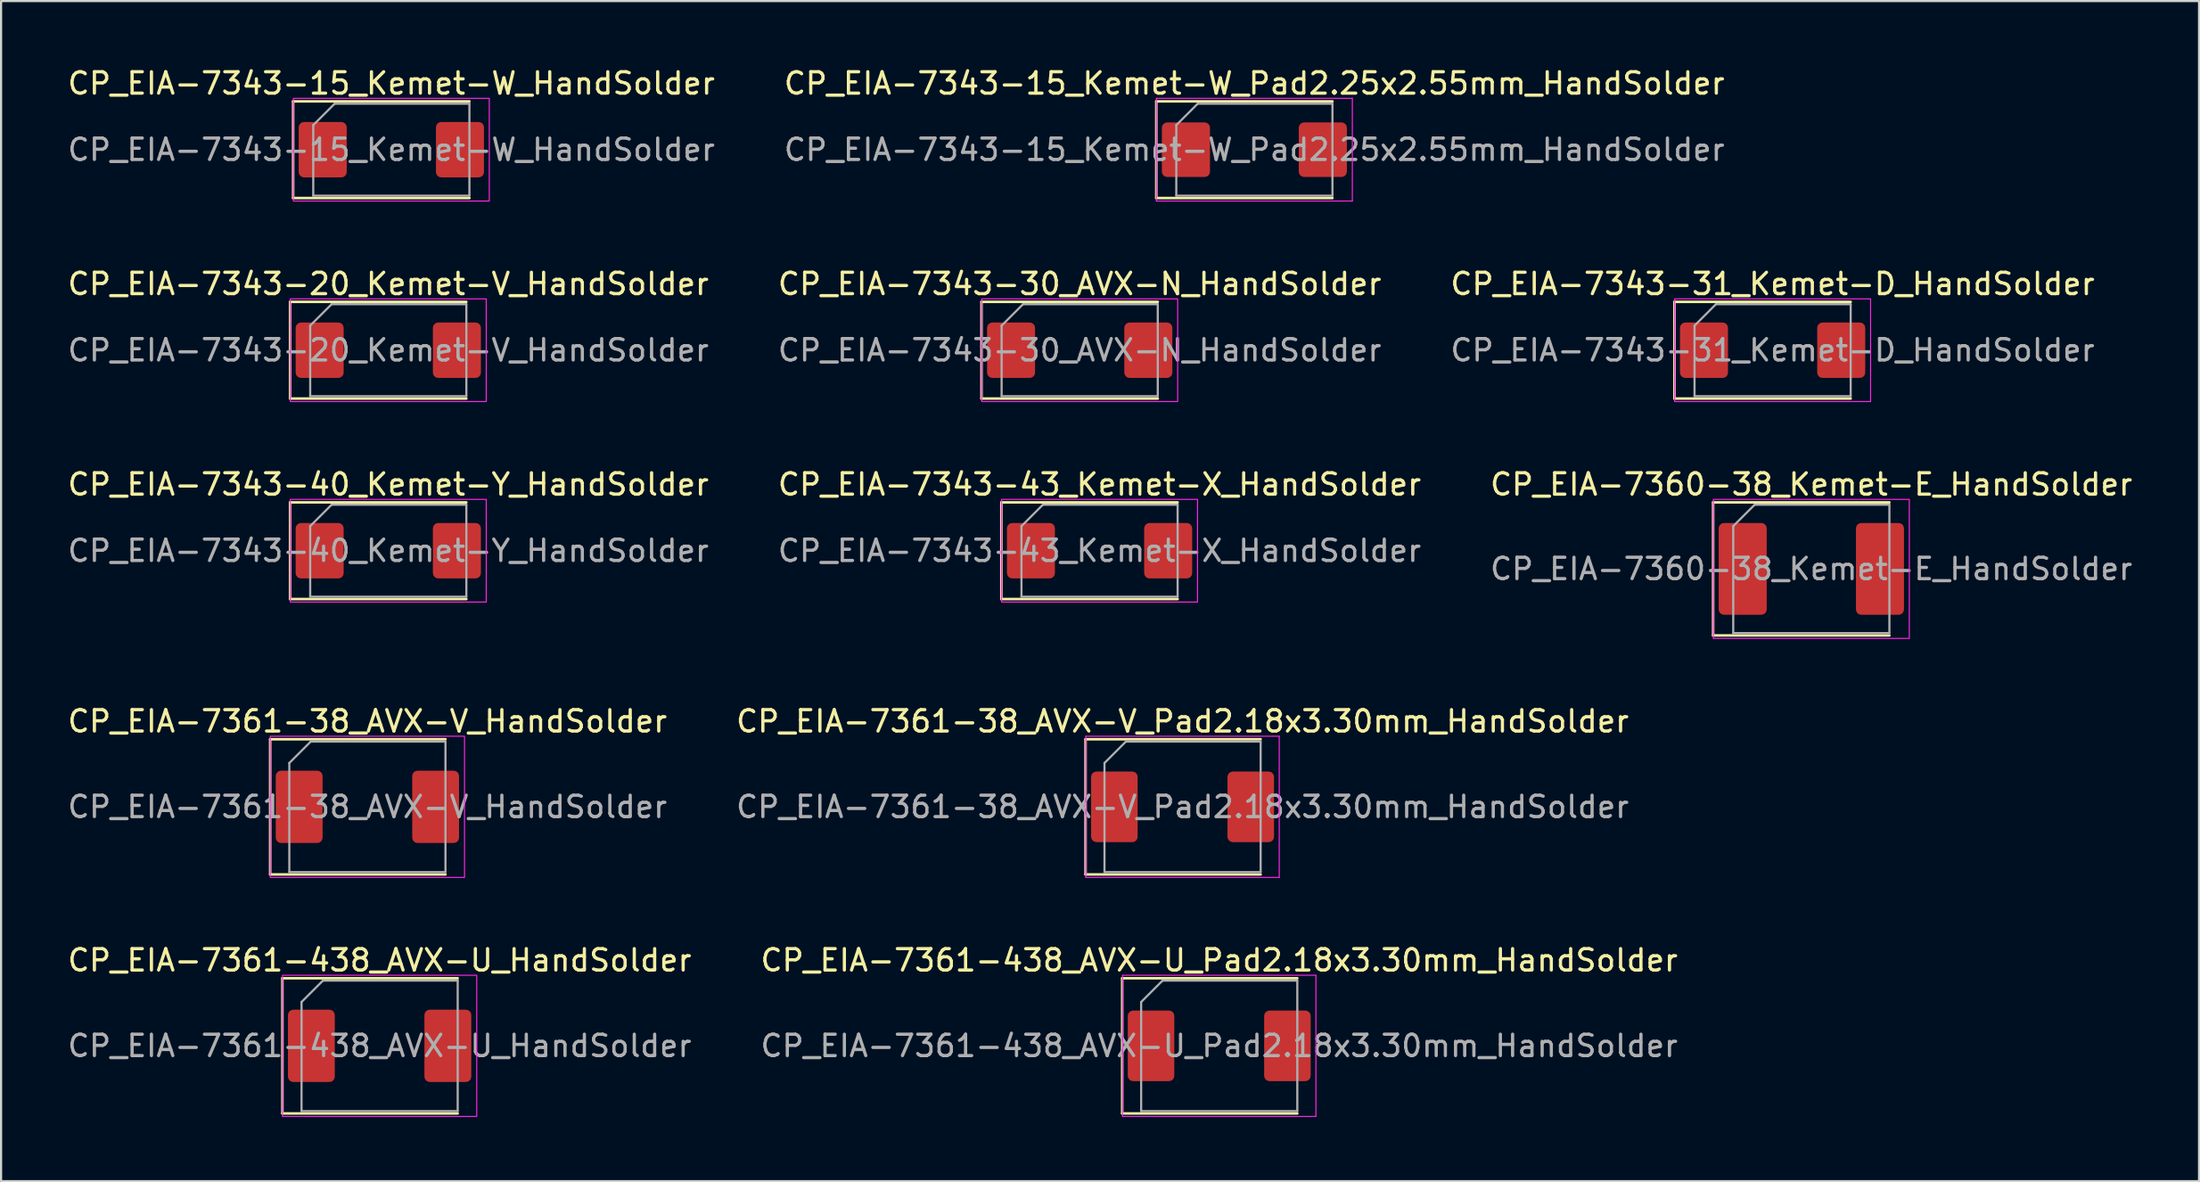
<source format=kicad_pcb>
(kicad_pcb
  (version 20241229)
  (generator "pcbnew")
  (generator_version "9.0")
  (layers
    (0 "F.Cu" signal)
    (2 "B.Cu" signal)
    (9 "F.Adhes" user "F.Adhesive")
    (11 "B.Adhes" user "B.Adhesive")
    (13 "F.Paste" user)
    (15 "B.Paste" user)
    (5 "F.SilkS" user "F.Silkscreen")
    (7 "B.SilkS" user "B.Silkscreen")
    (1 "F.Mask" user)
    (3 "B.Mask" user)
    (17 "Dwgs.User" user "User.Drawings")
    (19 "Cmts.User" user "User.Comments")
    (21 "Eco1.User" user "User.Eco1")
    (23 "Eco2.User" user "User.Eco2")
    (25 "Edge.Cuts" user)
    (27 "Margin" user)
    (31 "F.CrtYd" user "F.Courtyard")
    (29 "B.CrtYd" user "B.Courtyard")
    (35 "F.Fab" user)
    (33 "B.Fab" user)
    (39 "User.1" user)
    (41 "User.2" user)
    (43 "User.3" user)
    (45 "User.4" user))
  (footprint "CP_EIA-7343-30_AVX-N_HandSolder"
    (layer "F.Cu")
    (at 47.423 13.322)
    (property "Reference" "CP_EIA-7343-30_AVX-N_HandSolder" (at 0 -3.1 0) (layer "F.SilkS") (effects (font (size 1 1) (thickness 0.15))))
    (attr smd)
    (fp_line (start -4.59 -2.26) (end -4.59 2.26) (stroke (width 0.12) (type solid)) (layer "F.SilkS"))
    (fp_line (start -4.59 2.26) (end 3.65 2.26) (stroke (width 0.12) (type solid)) (layer "F.SilkS"))
    (fp_line (start 3.65 -2.26) (end -4.59 -2.26) (stroke (width 0.12) (type solid)) (layer "F.SilkS"))
    (fp_rect (start -4.58 -2.4) (end 4.58 2.4) (stroke (width 0.05) (type solid)) (fill no) (layer "F.CrtYd"))
    (fp_line (start -3.65 -1.15) (end -3.65 2.15) (stroke (width 0.1) (type solid)) (layer "F.Fab"))
    (fp_line (start -3.65 2.15) (end 3.65 2.15) (stroke (width 0.1) (type solid)) (layer "F.Fab"))
    (fp_line (start -2.65 -2.15) (end -3.65 -1.15) (stroke (width 0.1) (type solid)) (layer "F.Fab"))
    (fp_line (start 3.65 -2.15) (end -2.65 -2.15) (stroke (width 0.1) (type solid)) (layer "F.Fab"))
    (fp_line (start 3.65 2.15) (end 3.65 -2.15) (stroke (width 0.1) (type solid)) (layer "F.Fab"))
    (fp_text user "${REFERENCE}" (at 0 0 0) (layer "F.Fab") (effects (font (size 1 1) (thickness 0.15))))
    (pad "1" smd roundrect (at -3.208 0) (size 2.245 2.59) (layers "F.Cu" "F.Mask" "F.Paste") (roundrect_rratio 0.111))
    (pad "2" smd roundrect (at 3.208 0) (size 2.245 2.59) (layers "F.Cu" "F.Mask" "F.Paste") (roundrect_rratio 0.111)))
  (footprint "CP_EIA-7343-15_Kemet-W_Pad2.25x2.55mm_HandSolder"
    (layer "F.Cu")
    (at 55.589 3.948)
    (property "Reference" "CP_EIA-7343-15_Kemet-W_Pad2.25x2.55mm_HandSolder" (at 0 -3.1 0) (layer "F.SilkS") (effects (font (size 1 1) (thickness 0.15))))
    (attr smd)
    (fp_line (start -4.585 -2.26) (end -4.585 2.26) (stroke (width 0.12) (type solid)) (layer "F.SilkS"))
    (fp_line (start -4.585 2.26) (end 3.65 2.26) (stroke (width 0.12) (type solid)) (layer "F.SilkS"))
    (fp_line (start 3.65 -2.26) (end -4.585 -2.26) (stroke (width 0.12) (type solid)) (layer "F.SilkS"))
    (fp_line (start -4.58 -2.4) (end 4.58 -2.4) (stroke (width 0.05) (type solid)) (layer "F.CrtYd"))
    (fp_line (start -4.58 2.4) (end -4.58 -2.4) (stroke (width 0.05) (type solid)) (layer "F.CrtYd"))
    (fp_line (start 4.58 -2.4) (end 4.58 2.4) (stroke (width 0.05) (type solid)) (layer "F.CrtYd"))
    (fp_line (start 4.58 2.4) (end -4.58 2.4) (stroke (width 0.05) (type solid)) (layer "F.CrtYd"))
    (fp_line (start -3.65 -1.15) (end -3.65 2.15) (stroke (width 0.1) (type solid)) (layer "F.Fab"))
    (fp_line (start -3.65 2.15) (end 3.65 2.15) (stroke (width 0.1) (type solid)) (layer "F.Fab"))
    (fp_line (start -2.65 -2.15) (end -3.65 -1.15) (stroke (width 0.1) (type solid)) (layer "F.Fab"))
    (fp_line (start 3.65 -2.15) (end -2.65 -2.15) (stroke (width 0.1) (type solid)) (layer "F.Fab"))
    (fp_line (start 3.65 2.15) (end 3.65 -2.15) (stroke (width 0.1) (type solid)) (layer "F.Fab"))
    (fp_text user "${REFERENCE}" (at 0 0 0) (layer "F.Fab") (effects (font (size 1 1) (thickness 0.15))))
    (pad "1" smd roundrect (at -3.2 0) (size 2.25 2.55) (layers "F.Cu" "F.Mask" "F.Paste") (roundrect_rratio 0.111))
    (pad "2" smd roundrect (at 3.2 0) (size 2.25 2.55) (layers "F.Cu" "F.Mask" "F.Paste") (roundrect_rratio 0.111)))
  (footprint "CP_EIA-7343-43_Kemet-X_HandSolder"
    (layer "F.Cu")
    (at 48.351 22.695)
    (property "Reference" "CP_EIA-7343-43_Kemet-X_HandSolder" (at 0 -3.1 0) (layer "F.SilkS") (effects (font (size 1 1) (thickness 0.15))))
    (attr smd)
    (fp_line (start -4.59 -2.26) (end -4.59 2.26) (stroke (width 0.12) (type solid)) (layer "F.SilkS"))
    (fp_line (start -4.59 2.26) (end 3.65 2.26) (stroke (width 0.12) (type solid)) (layer "F.SilkS"))
    (fp_line (start 3.65 -2.26) (end -4.59 -2.26) (stroke (width 0.12) (type solid)) (layer "F.SilkS"))
    (fp_rect (start -4.58 -2.4) (end 4.58 2.4) (stroke (width 0.05) (type solid)) (fill no) (layer "F.CrtYd"))
    (fp_line (start -3.65 -1.15) (end -3.65 2.15) (stroke (width 0.1) (type solid)) (layer "F.Fab"))
    (fp_line (start -3.65 2.15) (end 3.65 2.15) (stroke (width 0.1) (type solid)) (layer "F.Fab"))
    (fp_line (start -2.65 -2.15) (end -3.65 -1.15) (stroke (width 0.1) (type solid)) (layer "F.Fab"))
    (fp_line (start 3.65 -2.15) (end -2.65 -2.15) (stroke (width 0.1) (type solid)) (layer "F.Fab"))
    (fp_line (start 3.65 2.15) (end 3.65 -2.15) (stroke (width 0.1) (type solid)) (layer "F.Fab"))
    (fp_text user "${REFERENCE}" (at 0 0 0) (layer "F.Fab") (effects (font (size 1 1) (thickness 0.15))))
    (pad "1" smd roundrect (at -3.208 0) (size 2.245 2.59) (layers "F.Cu" "F.Mask" "F.Paste") (roundrect_rratio 0.111))
    (pad "2" smd roundrect (at 3.208 0) (size 2.245 2.59) (layers "F.Cu" "F.Mask" "F.Paste") (roundrect_rratio 0.111)))
  (footprint "CP_EIA-7343-40_Kemet-Y_HandSolder"
    (layer "F.Cu")
    (at 15.101 22.695)
    (property "Reference" "CP_EIA-7343-40_Kemet-Y_HandSolder" (at 0 -3.1 0) (layer "F.SilkS") (effects (font (size 1 1) (thickness 0.15))))
    (attr smd)
    (fp_line (start -4.59 -2.26) (end -4.59 2.26) (stroke (width 0.12) (type solid)) (layer "F.SilkS"))
    (fp_line (start -4.59 2.26) (end 3.65 2.26) (stroke (width 0.12) (type solid)) (layer "F.SilkS"))
    (fp_line (start 3.65 -2.26) (end -4.59 -2.26) (stroke (width 0.12) (type solid)) (layer "F.SilkS"))
    (fp_rect (start -4.58 -2.4) (end 4.58 2.4) (stroke (width 0.05) (type solid)) (fill no) (layer "F.CrtYd"))
    (fp_line (start -3.65 -1.15) (end -3.65 2.15) (stroke (width 0.1) (type solid)) (layer "F.Fab"))
    (fp_line (start -3.65 2.15) (end 3.65 2.15) (stroke (width 0.1) (type solid)) (layer "F.Fab"))
    (fp_line (start -2.65 -2.15) (end -3.65 -1.15) (stroke (width 0.1) (type solid)) (layer "F.Fab"))
    (fp_line (start 3.65 -2.15) (end -2.65 -2.15) (stroke (width 0.1) (type solid)) (layer "F.Fab"))
    (fp_line (start 3.65 2.15) (end 3.65 -2.15) (stroke (width 0.1) (type solid)) (layer "F.Fab"))
    (fp_text user "${REFERENCE}" (at 0 0 0) (layer "F.Fab") (effects (font (size 1 1) (thickness 0.15))))
    (pad "1" smd roundrect (at -3.208 0) (size 2.245 2.59) (layers "F.Cu" "F.Mask" "F.Paste") (roundrect_rratio 0.111))
    (pad "2" smd roundrect (at 3.208 0) (size 2.245 2.59) (layers "F.Cu" "F.Mask" "F.Paste") (roundrect_rratio 0.111)))
  (footprint "CP_EIA-7361-38_AVX-V_HandSolder"
    (layer "F.Cu")
    (at 14.125 34.668)
    (property "Reference" "CP_EIA-7361-38_AVX-V_HandSolder" (at 0 -4 0) (layer "F.SilkS") (effects (font (size 1 1) (thickness 0.15))))
    (attr smd)
    (fp_line (start -4.545 -3.16) (end -4.545 3.16) (stroke (width 0.12) (type solid)) (layer "F.SilkS"))
    (fp_line (start -4.545 3.16) (end 3.65 3.16) (stroke (width 0.12) (type solid)) (layer "F.SilkS"))
    (fp_line (start 3.65 -3.16) (end -4.545 -3.16) (stroke (width 0.12) (type solid)) (layer "F.SilkS"))
    (fp_rect (start -4.54 -3.3) (end 4.54 3.3) (stroke (width 0.05) (type solid)) (fill no) (layer "F.CrtYd"))
    (fp_line (start -3.65 -2.05) (end -3.65 3.05) (stroke (width 0.1) (type solid)) (layer "F.Fab"))
    (fp_line (start -3.65 3.05) (end 3.65 3.05) (stroke (width 0.1) (type solid)) (layer "F.Fab"))
    (fp_line (start -2.65 -3.05) (end -3.65 -2.05) (stroke (width 0.1) (type solid)) (layer "F.Fab"))
    (fp_line (start 3.65 -3.05) (end -2.65 -3.05) (stroke (width 0.1) (type solid)) (layer "F.Fab"))
    (fp_line (start 3.65 3.05) (end 3.65 -3.05) (stroke (width 0.1) (type solid)) (layer "F.Fab"))
    (fp_text user "${REFERENCE}" (at 0 0 0) (layer "F.Fab") (effects (font (size 1 1) (thickness 0.15))))
    (pad "1" smd roundrect (at -3.19 0) (size 2.19 3.38) (layers "F.Cu" "F.Mask" "F.Paste") (roundrect_rratio 0.114))
    (pad "2" smd roundrect (at 3.19 0) (size 2.19 3.38) (layers "F.Cu" "F.Mask" "F.Paste") (roundrect_rratio 0.114)))
  (footprint "CP_EIA-7361-438_AVX-U_Pad2.18x3.30mm_HandSolder"
    (layer "F.Cu")
    (at 53.946 45.841)
    (property "Reference" "CP_EIA-7361-438_AVX-U_Pad2.18x3.30mm_HandSolder" (at 0 -4 0) (layer "F.SilkS") (effects (font (size 1 1) (thickness 0.15))))
    (attr smd)
    (fp_line (start -4.535 -3.16) (end -4.535 3.16) (stroke (width 0.12) (type solid)) (layer "F.SilkS"))
    (fp_line (start -4.535 3.16) (end 3.65 3.16) (stroke (width 0.12) (type solid)) (layer "F.SilkS"))
    (fp_line (start 3.65 -3.16) (end -4.535 -3.16) (stroke (width 0.12) (type solid)) (layer "F.SilkS"))
    (fp_line (start -4.52 -3.3) (end 4.52 -3.3) (stroke (width 0.05) (type solid)) (layer "F.CrtYd"))
    (fp_line (start -4.52 3.3) (end -4.52 -3.3) (stroke (width 0.05) (type solid)) (layer "F.CrtYd"))
    (fp_line (start 4.52 -3.3) (end 4.52 3.3) (stroke (width 0.05) (type solid)) (layer "F.CrtYd"))
    (fp_line (start 4.52 3.3) (end -4.52 3.3) (stroke (width 0.05) (type solid)) (layer "F.CrtYd"))
    (fp_line (start -3.65 -2.05) (end -3.65 3.05) (stroke (width 0.1) (type solid)) (layer "F.Fab"))
    (fp_line (start -3.65 3.05) (end 3.65 3.05) (stroke (width 0.1) (type solid)) (layer "F.Fab"))
    (fp_line (start -2.65 -3.05) (end -3.65 -2.05) (stroke (width 0.1) (type solid)) (layer "F.Fab"))
    (fp_line (start 3.65 -3.05) (end -2.65 -3.05) (stroke (width 0.1) (type solid)) (layer "F.Fab"))
    (fp_line (start 3.65 3.05) (end 3.65 -3.05) (stroke (width 0.1) (type solid)) (layer "F.Fab"))
    (fp_text user "${REFERENCE}" (at 0 0 0) (layer "F.Fab") (effects (font (size 1 1) (thickness 0.15))))
    (pad "1" smd roundrect (at -3.188 0) (size 2.175 3.3) (layers "F.Cu" "F.Mask" "F.Paste") (roundrect_rratio 0.115))
    (pad "2" smd roundrect (at 3.188 0) (size 2.175 3.3) (layers "F.Cu" "F.Mask" "F.Paste") (roundrect_rratio 0.115)))
  (footprint "CP_EIA-7361-38_AVX-V_Pad2.18x3.30mm_HandSolder"
    (layer "F.Cu")
    (at 52.232 34.668)
    (property "Reference" "CP_EIA-7361-38_AVX-V_Pad2.18x3.30mm_HandSolder" (at 0 -4 0) (layer "F.SilkS") (effects (font (size 1 1) (thickness 0.15))))
    (attr smd)
    (fp_line (start -4.535 -3.16) (end -4.535 3.16) (stroke (width 0.12) (type solid)) (layer "F.SilkS"))
    (fp_line (start -4.535 3.16) (end 3.65 3.16) (stroke (width 0.12) (type solid)) (layer "F.SilkS"))
    (fp_line (start 3.65 -3.16) (end -4.535 -3.16) (stroke (width 0.12) (type solid)) (layer "F.SilkS"))
    (fp_line (start -4.52 -3.3) (end 4.52 -3.3) (stroke (width 0.05) (type solid)) (layer "F.CrtYd"))
    (fp_line (start -4.52 3.3) (end -4.52 -3.3) (stroke (width 0.05) (type solid)) (layer "F.CrtYd"))
    (fp_line (start 4.52 -3.3) (end 4.52 3.3) (stroke (width 0.05) (type solid)) (layer "F.CrtYd"))
    (fp_line (start 4.52 3.3) (end -4.52 3.3) (stroke (width 0.05) (type solid)) (layer "F.CrtYd"))
    (fp_line (start -3.65 -2.05) (end -3.65 3.05) (stroke (width 0.1) (type solid)) (layer "F.Fab"))
    (fp_line (start -3.65 3.05) (end 3.65 3.05) (stroke (width 0.1) (type solid)) (layer "F.Fab"))
    (fp_line (start -2.65 -3.05) (end -3.65 -2.05) (stroke (width 0.1) (type solid)) (layer "F.Fab"))
    (fp_line (start 3.65 -3.05) (end -2.65 -3.05) (stroke (width 0.1) (type solid)) (layer "F.Fab"))
    (fp_line (start 3.65 3.05) (end 3.65 -3.05) (stroke (width 0.1) (type solid)) (layer "F.Fab"))
    (fp_text user "${REFERENCE}" (at 0 0 0) (layer "F.Fab") (effects (font (size 1 1) (thickness 0.15))))
    (pad "1" smd roundrect (at -3.188 0) (size 2.175 3.3) (layers "F.Cu" "F.Mask" "F.Paste") (roundrect_rratio 0.115))
    (pad "2" smd roundrect (at 3.188 0) (size 2.175 3.3) (layers "F.Cu" "F.Mask" "F.Paste") (roundrect_rratio 0.115)))
  (footprint "CP_EIA-7361-438_AVX-U_HandSolder"
    (layer "F.Cu")
    (at 14.696 45.841)
    (property "Reference" "CP_EIA-7361-438_AVX-U_HandSolder" (at 0 -4 0) (layer "F.SilkS") (effects (font (size 1 1) (thickness 0.15))))
    (attr smd)
    (fp_line (start -4.545 -3.16) (end -4.545 3.16) (stroke (width 0.12) (type solid)) (layer "F.SilkS"))
    (fp_line (start -4.545 3.16) (end 3.65 3.16) (stroke (width 0.12) (type solid)) (layer "F.SilkS"))
    (fp_line (start 3.65 -3.16) (end -4.545 -3.16) (stroke (width 0.12) (type solid)) (layer "F.SilkS"))
    (fp_rect (start -4.54 -3.3) (end 4.54 3.3) (stroke (width 0.05) (type solid)) (fill no) (layer "F.CrtYd"))
    (fp_line (start -3.65 -2.05) (end -3.65 3.05) (stroke (width 0.1) (type solid)) (layer "F.Fab"))
    (fp_line (start -3.65 3.05) (end 3.65 3.05) (stroke (width 0.1) (type solid)) (layer "F.Fab"))
    (fp_line (start -2.65 -3.05) (end -3.65 -2.05) (stroke (width 0.1) (type solid)) (layer "F.Fab"))
    (fp_line (start 3.65 -3.05) (end -2.65 -3.05) (stroke (width 0.1) (type solid)) (layer "F.Fab"))
    (fp_line (start 3.65 3.05) (end 3.65 -3.05) (stroke (width 0.1) (type solid)) (layer "F.Fab"))
    (fp_text user "${REFERENCE}" (at 0 0 0) (layer "F.Fab") (effects (font (size 1 1) (thickness 0.15))))
    (pad "1" smd roundrect (at -3.19 0) (size 2.19 3.38) (layers "F.Cu" "F.Mask" "F.Paste") (roundrect_rratio 0.114))
    (pad "2" smd roundrect (at 3.19 0) (size 2.19 3.38) (layers "F.Cu" "F.Mask" "F.Paste") (roundrect_rratio 0.114)))
  (footprint "CP_EIA-7343-20_Kemet-V_HandSolder"
    (layer "F.Cu")
    (at 15.101 13.322)
    (property "Reference" "CP_EIA-7343-20_Kemet-V_HandSolder" (at 0 -3.1 0) (layer "F.SilkS") (effects (font (size 1 1) (thickness 0.15))))
    (attr smd)
    (fp_line (start -4.59 -2.26) (end -4.59 2.26) (stroke (width 0.12) (type solid)) (layer "F.SilkS"))
    (fp_line (start -4.59 2.26) (end 3.65 2.26) (stroke (width 0.12) (type solid)) (layer "F.SilkS"))
    (fp_line (start 3.65 -2.26) (end -4.59 -2.26) (stroke (width 0.12) (type solid)) (layer "F.SilkS"))
    (fp_rect (start -4.58 -2.4) (end 4.58 2.4) (stroke (width 0.05) (type solid)) (fill no) (layer "F.CrtYd"))
    (fp_line (start -3.65 -1.15) (end -3.65 2.15) (stroke (width 0.1) (type solid)) (layer "F.Fab"))
    (fp_line (start -3.65 2.15) (end 3.65 2.15) (stroke (width 0.1) (type solid)) (layer "F.Fab"))
    (fp_line (start -2.65 -2.15) (end -3.65 -1.15) (stroke (width 0.1) (type solid)) (layer "F.Fab"))
    (fp_line (start 3.65 -2.15) (end -2.65 -2.15) (stroke (width 0.1) (type solid)) (layer "F.Fab"))
    (fp_line (start 3.65 2.15) (end 3.65 -2.15) (stroke (width 0.1) (type solid)) (layer "F.Fab"))
    (fp_text user "${REFERENCE}" (at 0 0 0) (layer "F.Fab") (effects (font (size 1 1) (thickness 0.15))))
    (pad "1" smd roundrect (at -3.208 0) (size 2.245 2.59) (layers "F.Cu" "F.Mask" "F.Paste") (roundrect_rratio 0.111))
    (pad "2" smd roundrect (at 3.208 0) (size 2.245 2.59) (layers "F.Cu" "F.Mask" "F.Paste") (roundrect_rratio 0.111)))
  (footprint "CP_EIA-7343-15_Kemet-W_HandSolder"
    (layer "F.Cu")
    (at 15.244 3.948)
    (property "Reference" "CP_EIA-7343-15_Kemet-W_HandSolder" (at 0 -3.1 0) (layer "F.SilkS") (effects (font (size 1 1) (thickness 0.15))))
    (attr smd)
    (fp_line (start -4.59 -2.26) (end -4.59 2.26) (stroke (width 0.12) (type solid)) (layer "F.SilkS"))
    (fp_line (start -4.59 2.26) (end 3.65 2.26) (stroke (width 0.12) (type solid)) (layer "F.SilkS"))
    (fp_line (start 3.65 -2.26) (end -4.59 -2.26) (stroke (width 0.12) (type solid)) (layer "F.SilkS"))
    (fp_rect (start -4.58 -2.4) (end 4.58 2.4) (stroke (width 0.05) (type solid)) (fill no) (layer "F.CrtYd"))
    (fp_line (start -3.65 -1.15) (end -3.65 2.15) (stroke (width 0.1) (type solid)) (layer "F.Fab"))
    (fp_line (start -3.65 2.15) (end 3.65 2.15) (stroke (width 0.1) (type solid)) (layer "F.Fab"))
    (fp_line (start -2.65 -2.15) (end -3.65 -1.15) (stroke (width 0.1) (type solid)) (layer "F.Fab"))
    (fp_line (start 3.65 -2.15) (end -2.65 -2.15) (stroke (width 0.1) (type solid)) (layer "F.Fab"))
    (fp_line (start 3.65 2.15) (end 3.65 -2.15) (stroke (width 0.1) (type solid)) (layer "F.Fab"))
    (fp_text user "${REFERENCE}" (at 0 0 0) (layer "F.Fab") (effects (font (size 1 1) (thickness 0.15))))
    (pad "1" smd roundrect (at -3.208 0) (size 2.245 2.59) (layers "F.Cu" "F.Mask" "F.Paste") (roundrect_rratio 0.111))
    (pad "2" smd roundrect (at 3.208 0) (size 2.245 2.59) (layers "F.Cu" "F.Mask" "F.Paste") (roundrect_rratio 0.111)))
  (footprint "CP_EIA-7343-31_Kemet-D_HandSolder"
    (layer "F.Cu")
    (at 79.815 13.322)
    (property "Reference" "CP_EIA-7343-31_Kemet-D_HandSolder" (at 0 -3.1 0) (layer "F.SilkS") (effects (font (size 1 1) (thickness 0.15))))
    (attr smd)
    (fp_line (start -4.59 -2.26) (end -4.59 2.26) (stroke (width 0.12) (type solid)) (layer "F.SilkS"))
    (fp_line (start -4.59 2.26) (end 3.65 2.26) (stroke (width 0.12) (type solid)) (layer "F.SilkS"))
    (fp_line (start 3.65 -2.26) (end -4.59 -2.26) (stroke (width 0.12) (type solid)) (layer "F.SilkS"))
    (fp_rect (start -4.58 -2.4) (end 4.58 2.4) (stroke (width 0.05) (type solid)) (fill no) (layer "F.CrtYd"))
    (fp_line (start -3.65 -1.15) (end -3.65 2.15) (stroke (width 0.1) (type solid)) (layer "F.Fab"))
    (fp_line (start -3.65 2.15) (end 3.65 2.15) (stroke (width 0.1) (type solid)) (layer "F.Fab"))
    (fp_line (start -2.65 -2.15) (end -3.65 -1.15) (stroke (width 0.1) (type solid)) (layer "F.Fab"))
    (fp_line (start 3.65 -2.15) (end -2.65 -2.15) (stroke (width 0.1) (type solid)) (layer "F.Fab"))
    (fp_line (start 3.65 2.15) (end 3.65 -2.15) (stroke (width 0.1) (type solid)) (layer "F.Fab"))
    (fp_text user "${REFERENCE}" (at 0 0 0) (layer "F.Fab") (effects (font (size 1 1) (thickness 0.15))))
    (pad "1" smd roundrect (at -3.208 0) (size 2.245 2.59) (layers "F.Cu" "F.Mask" "F.Paste") (roundrect_rratio 0.111))
    (pad "2" smd roundrect (at 3.208 0) (size 2.245 2.59) (layers "F.Cu" "F.Mask" "F.Paste") (roundrect_rratio 0.111)))
  (footprint "CP_EIA-7360-38_Kemet-E_HandSolder"
    (layer "F.Cu")
    (at 81.625 23.545)
    (property "Reference" "CP_EIA-7360-38_Kemet-E_HandSolder" (at 0 -3.95 0) (layer "F.SilkS") (effects (font (size 1 1) (thickness 0.15))))
    (attr smd)
    (fp_line (start -4.59 -3.11) (end -4.59 3.11) (stroke (width 0.12) (type solid)) (layer "F.SilkS"))
    (fp_line (start -4.59 3.11) (end 3.65 3.11) (stroke (width 0.12) (type solid)) (layer "F.SilkS"))
    (fp_line (start 3.65 -3.11) (end -4.59 -3.11) (stroke (width 0.12) (type solid)) (layer "F.SilkS"))
    (fp_rect (start -4.58 -3.25) (end 4.58 3.25) (stroke (width 0.05) (type solid)) (fill no) (layer "F.CrtYd"))
    (fp_line (start -3.65 -2) (end -3.65 3) (stroke (width 0.1) (type solid)) (layer "F.Fab"))
    (fp_line (start -3.65 3) (end 3.65 3) (stroke (width 0.1) (type solid)) (layer "F.Fab"))
    (fp_line (start -2.65 -3) (end -3.65 -2) (stroke (width 0.1) (type solid)) (layer "F.Fab"))
    (fp_line (start 3.65 -3) (end -2.65 -3) (stroke (width 0.1) (type solid)) (layer "F.Fab"))
    (fp_line (start 3.65 3) (end 3.65 -3) (stroke (width 0.1) (type solid)) (layer "F.Fab"))
    (fp_text user "${REFERENCE}" (at 0 0 0) (layer "F.Fab") (effects (font (size 1 1) (thickness 0.15))))
    (pad "1" smd roundrect (at -3.208 0) (size 2.245 4.29) (layers "F.Cu" "F.Mask" "F.Paste") (roundrect_rratio 0.111))
    (pad "2" smd roundrect (at 3.208 0) (size 2.245 4.29) (layers "F.Cu" "F.Mask" "F.Paste") (roundrect_rratio 0.111)))
  (gr_rect
    (start -3 -3)
    (end 99.75 52.166)
    (stroke (width 0.1) (type default))
    (fill no)
    (layer "Edge.Cuts")))
</source>
